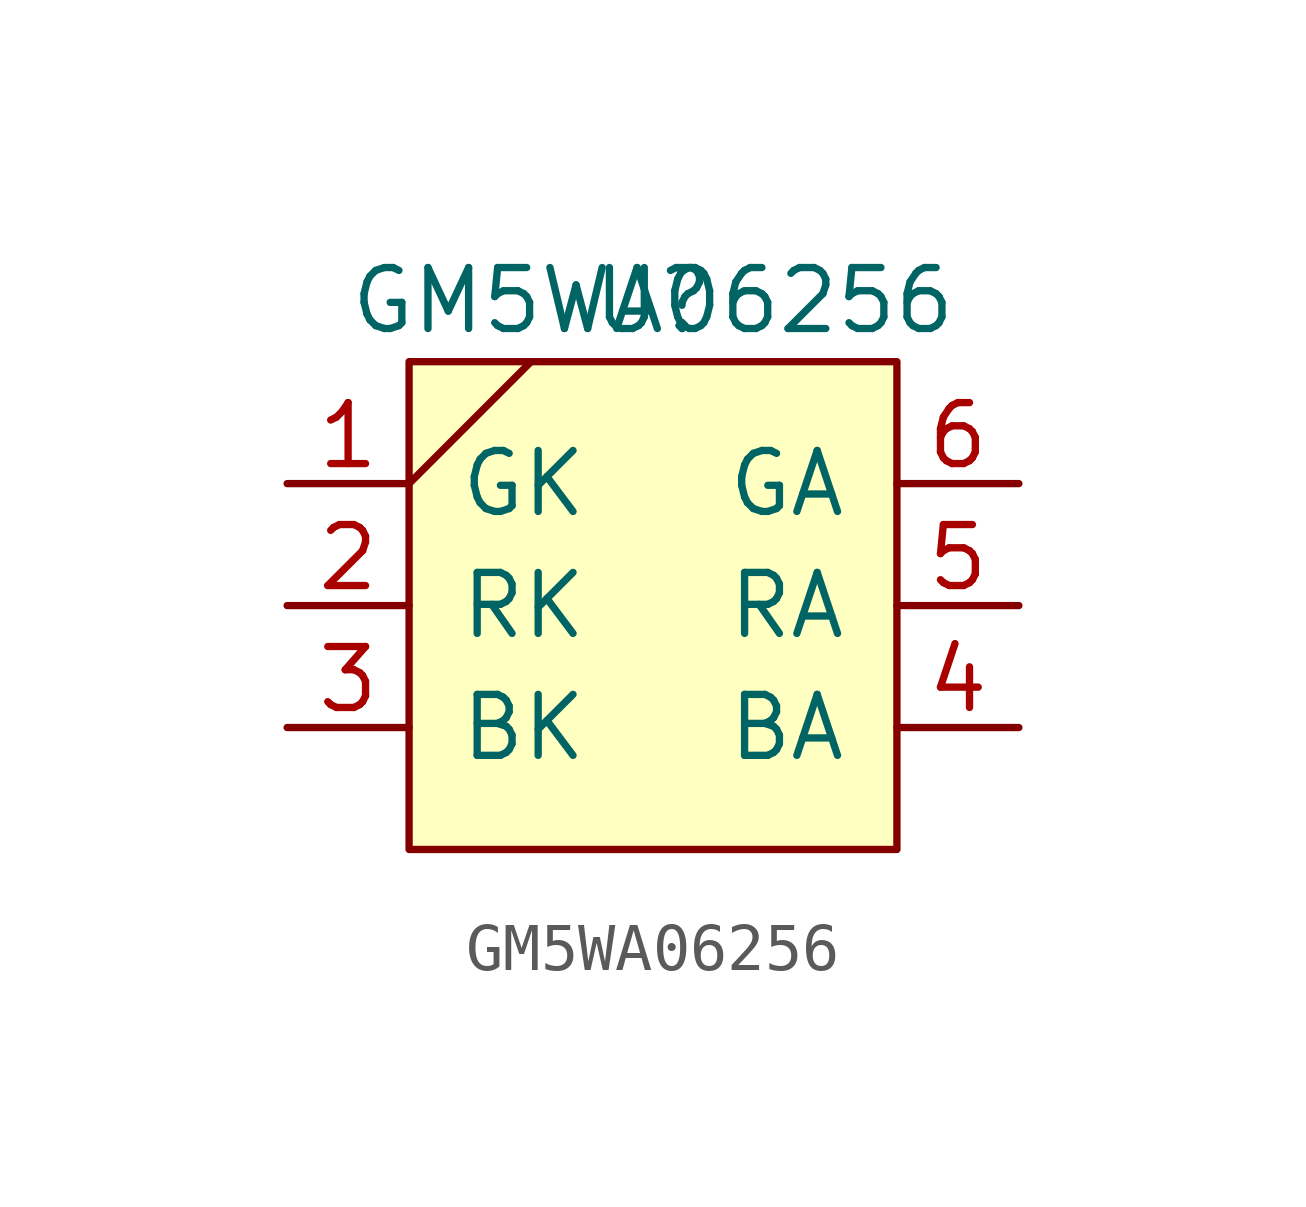
<source format=kicad_sym>
(kicad_symbol_lib
  (version 20211014)
  (generator kicad_symbol_editor)
  (symbol "GM5WA06256"
    (pin_names
      (offset 1.016))
    (property "Reference" "U"
      (at 0 0 0)
      (effects (font (size 1.27 1.27))))
    (property "Value" "GM5WA06256"
      (at 0 0 0)
      (effects (font (size 1.27 1.27))))
    (symbol "GM5WA06256_0_1"
      (rectangle (start -5.08 -1.27) (end 5.08 -11.43) (stroke (width 0) (type default) (color 0 0 0 0)) (fill (type background)))
      (polyline (pts (xy -5.08 -3.81) (xy -2.54 -1.27)) (stroke (width 0) (type default) (color 0 0 0 0)) (fill (type none))))
    (symbol "GM5WA06256_1_1"
      (pin input line (at -7.62 -3.81 0) (length 2.54) (name "GK" (effects (font (size 1.27 1.27)))) (number "1" (effects (font (size 1.27 1.27)))))
      (pin input line (at -7.62 -6.35 0) (length 2.54) (name "RK" (effects (font (size 1.27 1.27)))) (number "2" (effects (font (size 1.27 1.27)))))
      (pin input line (at -7.62 -8.89 0) (length 2.54) (name "BK" (effects (font (size 1.27 1.27)))) (number "3" (effects (font (size 1.27 1.27)))))
      (pin input line (at 7.62 -8.89 180) (length 2.54) (name "BA" (effects (font (size 1.27 1.27)))) (number "4" (effects (font (size 1.27 1.27)))))
      (pin input line (at 7.62 -6.35 180) (length 2.54) (name "RA" (effects (font (size 1.27 1.27)))) (number "5" (effects (font (size 1.27 1.27)))))
      (pin input line (at 7.62 -3.81 180) (length 2.54) (name "GA" (effects (font (size 1.27 1.27)))) (number "6" (effects (font (size 1.27 1.27))))))))
</source>
